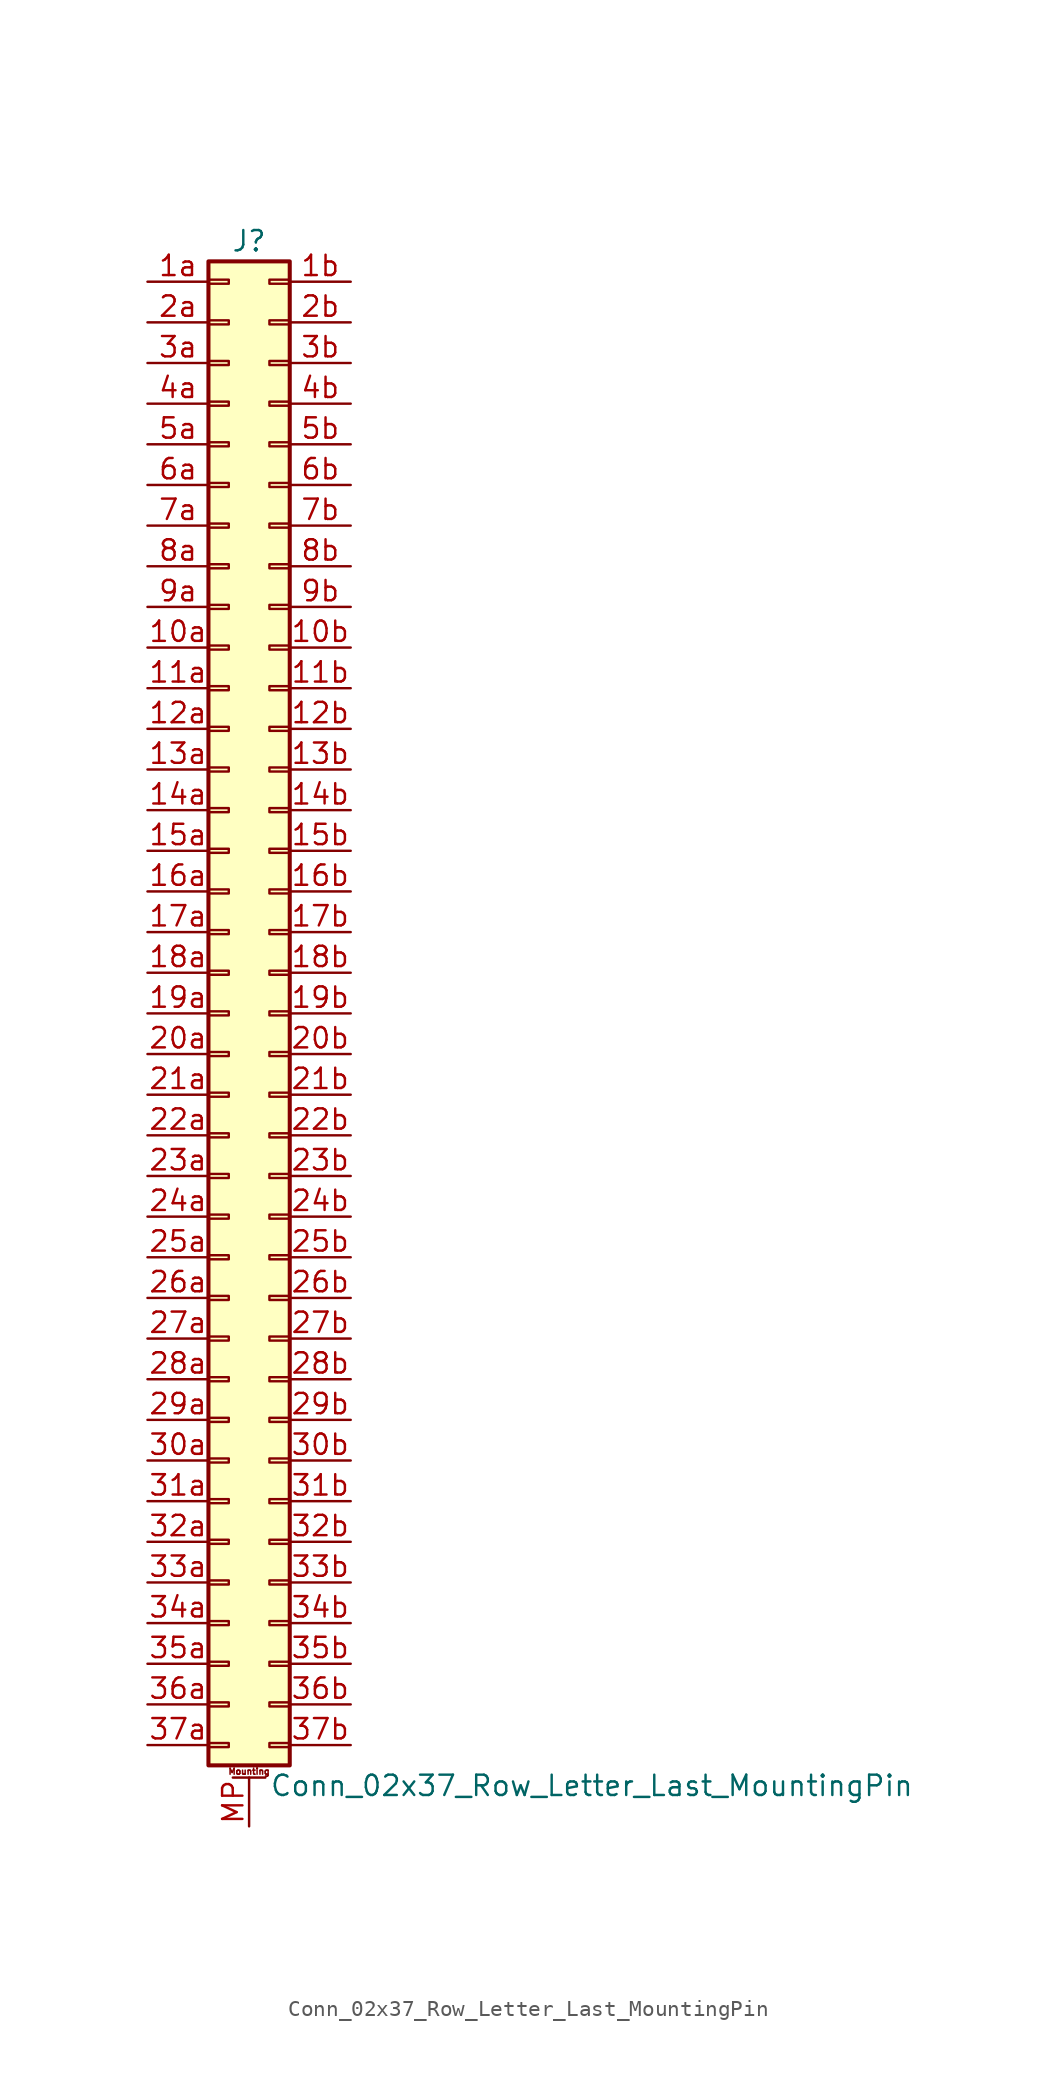
<source format=kicad_sym>
(kicad_symbol_lib
  (version 20201005)
  (generator kicad_symbol_editor)
  (symbol "Conn_02x37_Row_Letter_Last_MountingPin"
    (pin_names
      (offset 1.016) hide)
    (property "Reference" "J"
      (at 1.27 48.26 0)
      (effects (font (size 1.27 1.27))))
    (property "Value" "Conn_02x37_Row_Letter_Last_MountingPin"
      (at 2.54 -48.26 0)
      (effects (font (size 1.27 1.27)) (justify left)))
    (symbol "Conn_02x37_Row_Letter_Last_MountingPin_1_1"
      (text "Mounting" (at 1.27 -47.371 0) (effects (font (size 0.381 0.381))))
      (rectangle (start -1.27 -45.593) (end 0 -45.847) (stroke (width 0.152)) (fill (type none)))
      (rectangle (start -1.27 -43.053) (end 0 -43.307) (stroke (width 0.152)) (fill (type none)))
      (rectangle (start -1.27 -40.513) (end 0 -40.767) (stroke (width 0.152)) (fill (type none)))
      (rectangle (start -1.27 -37.973) (end 0 -38.227) (stroke (width 0.152)) (fill (type none)))
      (rectangle (start -1.27 -35.433) (end 0 -35.687) (stroke (width 0.152)) (fill (type none)))
      (rectangle (start -1.27 -32.893) (end 0 -33.147) (stroke (width 0.152)) (fill (type none)))
      (rectangle (start -1.27 -30.353) (end 0 -30.607) (stroke (width 0.152)) (fill (type none)))
      (rectangle (start -1.27 -27.813) (end 0 -28.067) (stroke (width 0.152)) (fill (type none)))
      (rectangle (start -1.27 -25.273) (end 0 -25.527) (stroke (width 0.152)) (fill (type none)))
      (rectangle (start -1.27 -22.733) (end 0 -22.987) (stroke (width 0.152)) (fill (type none)))
      (rectangle (start -1.27 -20.193) (end 0 -20.447) (stroke (width 0.152)) (fill (type none)))
      (rectangle (start -1.27 -17.653) (end 0 -17.907) (stroke (width 0.152)) (fill (type none)))
      (rectangle (start -1.27 -15.113) (end 0 -15.367) (stroke (width 0.152)) (fill (type none)))
      (rectangle (start -1.27 -12.573) (end 0 -12.827) (stroke (width 0.152)) (fill (type none)))
      (rectangle (start -1.27 -10.033) (end 0 -10.287) (stroke (width 0.152)) (fill (type none)))
      (rectangle (start -1.27 -7.493) (end 0 -7.747) (stroke (width 0.152)) (fill (type none)))
      (rectangle (start -1.27 -4.953) (end 0 -5.207) (stroke (width 0.152)) (fill (type none)))
      (rectangle (start -1.27 -2.413) (end 0 -2.667) (stroke (width 0.152)) (fill (type none)))
      (rectangle (start -1.27 0.127) (end 0 -0.127) (stroke (width 0.152)) (fill (type none)))
      (rectangle (start -1.27 2.667) (end 0 2.413) (stroke (width 0.152)) (fill (type none)))
      (rectangle (start -1.27 5.207) (end 0 4.953) (stroke (width 0.152)) (fill (type none)))
      (rectangle (start -1.27 7.747) (end 0 7.493) (stroke (width 0.152)) (fill (type none)))
      (rectangle (start -1.27 10.287) (end 0 10.033) (stroke (width 0.152)) (fill (type none)))
      (rectangle (start -1.27 12.827) (end 0 12.573) (stroke (width 0.152)) (fill (type none)))
      (rectangle (start -1.27 15.367) (end 0 15.113) (stroke (width 0.152)) (fill (type none)))
      (rectangle (start -1.27 17.907) (end 0 17.653) (stroke (width 0.152)) (fill (type none)))
      (rectangle (start -1.27 20.447) (end 0 20.193) (stroke (width 0.152)) (fill (type none)))
      (rectangle (start -1.27 22.987) (end 0 22.733) (stroke (width 0.152)) (fill (type none)))
      (rectangle (start -1.27 25.527) (end 0 25.273) (stroke (width 0.152)) (fill (type none)))
      (rectangle (start -1.27 28.067) (end 0 27.813) (stroke (width 0.152)) (fill (type none)))
      (rectangle (start -1.27 30.607) (end 0 30.353) (stroke (width 0.152)) (fill (type none)))
      (rectangle (start -1.27 33.147) (end 0 32.893) (stroke (width 0.152)) (fill (type none)))
      (rectangle (start -1.27 35.687) (end 0 35.433) (stroke (width 0.152)) (fill (type none)))
      (rectangle (start -1.27 38.227) (end 0 37.973) (stroke (width 0.152)) (fill (type none)))
      (rectangle (start -1.27 40.767) (end 0 40.513) (stroke (width 0.152)) (fill (type none)))
      (rectangle (start -1.27 43.307) (end 0 43.053) (stroke (width 0.152)) (fill (type none)))
      (rectangle (start -1.27 45.847) (end 0 45.593) (stroke (width 0.152)) (fill (type none)))
      (rectangle (start 3.81 -45.593) (end 2.54 -45.847) (stroke (width 0.152)) (fill (type none)))
      (rectangle (start 3.81 -43.053) (end 2.54 -43.307) (stroke (width 0.152)) (fill (type none)))
      (rectangle (start 3.81 -40.513) (end 2.54 -40.767) (stroke (width 0.152)) (fill (type none)))
      (rectangle (start 3.81 -37.973) (end 2.54 -38.227) (stroke (width 0.152)) (fill (type none)))
      (rectangle (start 3.81 -35.433) (end 2.54 -35.687) (stroke (width 0.152)) (fill (type none)))
      (rectangle (start 3.81 -32.893) (end 2.54 -33.147) (stroke (width 0.152)) (fill (type none)))
      (rectangle (start 3.81 -30.353) (end 2.54 -30.607) (stroke (width 0.152)) (fill (type none)))
      (rectangle (start 3.81 -27.813) (end 2.54 -28.067) (stroke (width 0.152)) (fill (type none)))
      (rectangle (start 3.81 -25.273) (end 2.54 -25.527) (stroke (width 0.152)) (fill (type none)))
      (rectangle (start 3.81 -22.733) (end 2.54 -22.987) (stroke (width 0.152)) (fill (type none)))
      (rectangle (start 3.81 -20.193) (end 2.54 -20.447) (stroke (width 0.152)) (fill (type none)))
      (rectangle (start 3.81 -17.653) (end 2.54 -17.907) (stroke (width 0.152)) (fill (type none)))
      (rectangle (start 3.81 -15.113) (end 2.54 -15.367) (stroke (width 0.152)) (fill (type none)))
      (rectangle (start 3.81 -12.573) (end 2.54 -12.827) (stroke (width 0.152)) (fill (type none)))
      (rectangle (start 3.81 -10.033) (end 2.54 -10.287) (stroke (width 0.152)) (fill (type none)))
      (rectangle (start 3.81 -7.493) (end 2.54 -7.747) (stroke (width 0.152)) (fill (type none)))
      (rectangle (start 3.81 -4.953) (end 2.54 -5.207) (stroke (width 0.152)) (fill (type none)))
      (rectangle (start 3.81 -2.413) (end 2.54 -2.667) (stroke (width 0.152)) (fill (type none)))
      (rectangle (start 3.81 0.127) (end 2.54 -0.127) (stroke (width 0.152)) (fill (type none)))
      (rectangle (start 3.81 2.667) (end 2.54 2.413) (stroke (width 0.152)) (fill (type none)))
      (rectangle (start 3.81 5.207) (end 2.54 4.953) (stroke (width 0.152)) (fill (type none)))
      (rectangle (start 3.81 7.747) (end 2.54 7.493) (stroke (width 0.152)) (fill (type none)))
      (rectangle (start 3.81 10.287) (end 2.54 10.033) (stroke (width 0.152)) (fill (type none)))
      (rectangle (start 3.81 12.827) (end 2.54 12.573) (stroke (width 0.152)) (fill (type none)))
      (rectangle (start 3.81 15.367) (end 2.54 15.113) (stroke (width 0.152)) (fill (type none)))
      (rectangle (start 3.81 17.907) (end 2.54 17.653) (stroke (width 0.152)) (fill (type none)))
      (rectangle (start 3.81 20.447) (end 2.54 20.193) (stroke (width 0.152)) (fill (type none)))
      (rectangle (start 3.81 22.987) (end 2.54 22.733) (stroke (width 0.152)) (fill (type none)))
      (rectangle (start 3.81 25.527) (end 2.54 25.273) (stroke (width 0.152)) (fill (type none)))
      (rectangle (start 3.81 28.067) (end 2.54 27.813) (stroke (width 0.152)) (fill (type none)))
      (rectangle (start 3.81 30.607) (end 2.54 30.353) (stroke (width 0.152)) (fill (type none)))
      (rectangle (start 3.81 33.147) (end 2.54 32.893) (stroke (width 0.152)) (fill (type none)))
      (rectangle (start 3.81 35.687) (end 2.54 35.433) (stroke (width 0.152)) (fill (type none)))
      (rectangle (start 3.81 38.227) (end 2.54 37.973) (stroke (width 0.152)) (fill (type none)))
      (rectangle (start 3.81 40.767) (end 2.54 40.513) (stroke (width 0.152)) (fill (type none)))
      (rectangle (start 3.81 43.307) (end 2.54 43.053) (stroke (width 0.152)) (fill (type none)))
      (rectangle (start 3.81 45.847) (end 2.54 45.593) (stroke (width 0.152)) (fill (type none)))
      (rectangle (start -1.27 46.99) (end 3.81 -46.99) (stroke (width 0.254)) (fill (type background)))
      (polyline (pts (xy 0.254 -47.752) (xy 2.286 -47.752)) (stroke (width 0.152)) (fill (type none)))
      (pin passive line (at -5.08 22.86 0) (length 3.81) (name "Pin_10a" (effects (font (size 1.27 1.27)))) (number "10a" (effects (font (size 1.27 1.27)))))
      (pin passive line (at 7.62 22.86 180) (length 3.81) (name "Pin_10b" (effects (font (size 1.27 1.27)))) (number "10b" (effects (font (size 1.27 1.27)))))
      (pin passive line (at -5.08 20.32 0) (length 3.81) (name "Pin_11a" (effects (font (size 1.27 1.27)))) (number "11a" (effects (font (size 1.27 1.27)))))
      (pin passive line (at 7.62 20.32 180) (length 3.81) (name "Pin_11b" (effects (font (size 1.27 1.27)))) (number "11b" (effects (font (size 1.27 1.27)))))
      (pin passive line (at -5.08 17.78 0) (length 3.81) (name "Pin_12a" (effects (font (size 1.27 1.27)))) (number "12a" (effects (font (size 1.27 1.27)))))
      (pin passive line (at 7.62 17.78 180) (length 3.81) (name "Pin_12b" (effects (font (size 1.27 1.27)))) (number "12b" (effects (font (size 1.27 1.27)))))
      (pin passive line (at -5.08 15.24 0) (length 3.81) (name "Pin_13a" (effects (font (size 1.27 1.27)))) (number "13a" (effects (font (size 1.27 1.27)))))
      (pin passive line (at 7.62 15.24 180) (length 3.81) (name "Pin_13b" (effects (font (size 1.27 1.27)))) (number "13b" (effects (font (size 1.27 1.27)))))
      (pin passive line (at -5.08 12.7 0) (length 3.81) (name "Pin_14a" (effects (font (size 1.27 1.27)))) (number "14a" (effects (font (size 1.27 1.27)))))
      (pin passive line (at 7.62 12.7 180) (length 3.81) (name "Pin_14b" (effects (font (size 1.27 1.27)))) (number "14b" (effects (font (size 1.27 1.27)))))
      (pin passive line (at -5.08 10.16 0) (length 3.81) (name "Pin_15a" (effects (font (size 1.27 1.27)))) (number "15a" (effects (font (size 1.27 1.27)))))
      (pin passive line (at 7.62 10.16 180) (length 3.81) (name "Pin_15b" (effects (font (size 1.27 1.27)))) (number "15b" (effects (font (size 1.27 1.27)))))
      (pin passive line (at -5.08 7.62 0) (length 3.81) (name "Pin_16a" (effects (font (size 1.27 1.27)))) (number "16a" (effects (font (size 1.27 1.27)))))
      (pin passive line (at 7.62 7.62 180) (length 3.81) (name "Pin_16b" (effects (font (size 1.27 1.27)))) (number "16b" (effects (font (size 1.27 1.27)))))
      (pin passive line (at -5.08 5.08 0) (length 3.81) (name "Pin_17a" (effects (font (size 1.27 1.27)))) (number "17a" (effects (font (size 1.27 1.27)))))
      (pin passive line (at 7.62 5.08 180) (length 3.81) (name "Pin_17b" (effects (font (size 1.27 1.27)))) (number "17b" (effects (font (size 1.27 1.27)))))
      (pin passive line (at -5.08 2.54 0) (length 3.81) (name "Pin_18a" (effects (font (size 1.27 1.27)))) (number "18a" (effects (font (size 1.27 1.27)))))
      (pin passive line (at 7.62 2.54 180) (length 3.81) (name "Pin_18b" (effects (font (size 1.27 1.27)))) (number "18b" (effects (font (size 1.27 1.27)))))
      (pin passive line (at -5.08 0 0) (length 3.81) (name "Pin_19a" (effects (font (size 1.27 1.27)))) (number "19a" (effects (font (size 1.27 1.27)))))
      (pin passive line (at 7.62 0 180) (length 3.81) (name "Pin_19b" (effects (font (size 1.27 1.27)))) (number "19b" (effects (font (size 1.27 1.27)))))
      (pin passive line (at -5.08 45.72 0) (length 3.81) (name "Pin_1a" (effects (font (size 1.27 1.27)))) (number "1a" (effects (font (size 1.27 1.27)))))
      (pin passive line (at 7.62 45.72 180) (length 3.81) (name "Pin_1b" (effects (font (size 1.27 1.27)))) (number "1b" (effects (font (size 1.27 1.27)))))
      (pin passive line (at -5.08 -2.54 0) (length 3.81) (name "Pin_20a" (effects (font (size 1.27 1.27)))) (number "20a" (effects (font (size 1.27 1.27)))))
      (pin passive line (at 7.62 -2.54 180) (length 3.81) (name "Pin_20b" (effects (font (size 1.27 1.27)))) (number "20b" (effects (font (size 1.27 1.27)))))
      (pin passive line (at -5.08 -5.08 0) (length 3.81) (name "Pin_21a" (effects (font (size 1.27 1.27)))) (number "21a" (effects (font (size 1.27 1.27)))))
      (pin passive line (at 7.62 -5.08 180) (length 3.81) (name "Pin_21b" (effects (font (size 1.27 1.27)))) (number "21b" (effects (font (size 1.27 1.27)))))
      (pin passive line (at -5.08 -7.62 0) (length 3.81) (name "Pin_22a" (effects (font (size 1.27 1.27)))) (number "22a" (effects (font (size 1.27 1.27)))))
      (pin passive line (at 7.62 -7.62 180) (length 3.81) (name "Pin_22b" (effects (font (size 1.27 1.27)))) (number "22b" (effects (font (size 1.27 1.27)))))
      (pin passive line (at -5.08 -10.16 0) (length 3.81) (name "Pin_23a" (effects (font (size 1.27 1.27)))) (number "23a" (effects (font (size 1.27 1.27)))))
      (pin passive line (at 7.62 -10.16 180) (length 3.81) (name "Pin_23b" (effects (font (size 1.27 1.27)))) (number "23b" (effects (font (size 1.27 1.27)))))
      (pin passive line (at -5.08 -12.7 0) (length 3.81) (name "Pin_24a" (effects (font (size 1.27 1.27)))) (number "24a" (effects (font (size 1.27 1.27)))))
      (pin passive line (at 7.62 -12.7 180) (length 3.81) (name "Pin_24b" (effects (font (size 1.27 1.27)))) (number "24b" (effects (font (size 1.27 1.27)))))
      (pin passive line (at -5.08 -15.24 0) (length 3.81) (name "Pin_25a" (effects (font (size 1.27 1.27)))) (number "25a" (effects (font (size 1.27 1.27)))))
      (pin passive line (at 7.62 -15.24 180) (length 3.81) (name "Pin_25b" (effects (font (size 1.27 1.27)))) (number "25b" (effects (font (size 1.27 1.27)))))
      (pin passive line (at -5.08 -17.78 0) (length 3.81) (name "Pin_26a" (effects (font (size 1.27 1.27)))) (number "26a" (effects (font (size 1.27 1.27)))))
      (pin passive line (at 7.62 -17.78 180) (length 3.81) (name "Pin_26b" (effects (font (size 1.27 1.27)))) (number "26b" (effects (font (size 1.27 1.27)))))
      (pin passive line (at -5.08 -20.32 0) (length 3.81) (name "Pin_27a" (effects (font (size 1.27 1.27)))) (number "27a" (effects (font (size 1.27 1.27)))))
      (pin passive line (at 7.62 -20.32 180) (length 3.81) (name "Pin_27b" (effects (font (size 1.27 1.27)))) (number "27b" (effects (font (size 1.27 1.27)))))
      (pin passive line (at -5.08 -22.86 0) (length 3.81) (name "Pin_28a" (effects (font (size 1.27 1.27)))) (number "28a" (effects (font (size 1.27 1.27)))))
      (pin passive line (at 7.62 -22.86 180) (length 3.81) (name "Pin_28b" (effects (font (size 1.27 1.27)))) (number "28b" (effects (font (size 1.27 1.27)))))
      (pin passive line (at -5.08 -25.4 0) (length 3.81) (name "Pin_29a" (effects (font (size 1.27 1.27)))) (number "29a" (effects (font (size 1.27 1.27)))))
      (pin passive line (at 7.62 -25.4 180) (length 3.81) (name "Pin_29b" (effects (font (size 1.27 1.27)))) (number "29b" (effects (font (size 1.27 1.27)))))
      (pin passive line (at -5.08 43.18 0) (length 3.81) (name "Pin_2a" (effects (font (size 1.27 1.27)))) (number "2a" (effects (font (size 1.27 1.27)))))
      (pin passive line (at 7.62 43.18 180) (length 3.81) (name "Pin_2b" (effects (font (size 1.27 1.27)))) (number "2b" (effects (font (size 1.27 1.27)))))
      (pin passive line (at -5.08 -27.94 0) (length 3.81) (name "Pin_30a" (effects (font (size 1.27 1.27)))) (number "30a" (effects (font (size 1.27 1.27)))))
      (pin passive line (at 7.62 -27.94 180) (length 3.81) (name "Pin_30b" (effects (font (size 1.27 1.27)))) (number "30b" (effects (font (size 1.27 1.27)))))
      (pin passive line (at -5.08 -30.48 0) (length 3.81) (name "Pin_31a" (effects (font (size 1.27 1.27)))) (number "31a" (effects (font (size 1.27 1.27)))))
      (pin passive line (at 7.62 -30.48 180) (length 3.81) (name "Pin_31b" (effects (font (size 1.27 1.27)))) (number "31b" (effects (font (size 1.27 1.27)))))
      (pin passive line (at -5.08 -33.02 0) (length 3.81) (name "Pin_32a" (effects (font (size 1.27 1.27)))) (number "32a" (effects (font (size 1.27 1.27)))))
      (pin passive line (at 7.62 -33.02 180) (length 3.81) (name "Pin_32b" (effects (font (size 1.27 1.27)))) (number "32b" (effects (font (size 1.27 1.27)))))
      (pin passive line (at -5.08 -35.56 0) (length 3.81) (name "Pin_33a" (effects (font (size 1.27 1.27)))) (number "33a" (effects (font (size 1.27 1.27)))))
      (pin passive line (at 7.62 -35.56 180) (length 3.81) (name "Pin_33b" (effects (font (size 1.27 1.27)))) (number "33b" (effects (font (size 1.27 1.27)))))
      (pin passive line (at -5.08 -38.1 0) (length 3.81) (name "Pin_34a" (effects (font (size 1.27 1.27)))) (number "34a" (effects (font (size 1.27 1.27)))))
      (pin passive line (at 7.62 -38.1 180) (length 3.81) (name "Pin_34b" (effects (font (size 1.27 1.27)))) (number "34b" (effects (font (size 1.27 1.27)))))
      (pin passive line (at -5.08 -40.64 0) (length 3.81) (name "Pin_35a" (effects (font (size 1.27 1.27)))) (number "35a" (effects (font (size 1.27 1.27)))))
      (pin passive line (at 7.62 -40.64 180) (length 3.81) (name "Pin_35b" (effects (font (size 1.27 1.27)))) (number "35b" (effects (font (size 1.27 1.27)))))
      (pin passive line (at -5.08 -43.18 0) (length 3.81) (name "Pin_36a" (effects (font (size 1.27 1.27)))) (number "36a" (effects (font (size 1.27 1.27)))))
      (pin passive line (at 7.62 -43.18 180) (length 3.81) (name "Pin_36b" (effects (font (size 1.27 1.27)))) (number "36b" (effects (font (size 1.27 1.27)))))
      (pin passive line (at -5.08 -45.72 0) (length 3.81) (name "Pin_37a" (effects (font (size 1.27 1.27)))) (number "37a" (effects (font (size 1.27 1.27)))))
      (pin passive line (at 7.62 -45.72 180) (length 3.81) (name "Pin_37b" (effects (font (size 1.27 1.27)))) (number "37b" (effects (font (size 1.27 1.27)))))
      (pin passive line (at -5.08 40.64 0) (length 3.81) (name "Pin_3a" (effects (font (size 1.27 1.27)))) (number "3a" (effects (font (size 1.27 1.27)))))
      (pin passive line (at 7.62 40.64 180) (length 3.81) (name "Pin_3b" (effects (font (size 1.27 1.27)))) (number "3b" (effects (font (size 1.27 1.27)))))
      (pin passive line (at -5.08 38.1 0) (length 3.81) (name "Pin_4a" (effects (font (size 1.27 1.27)))) (number "4a" (effects (font (size 1.27 1.27)))))
      (pin passive line (at 7.62 38.1 180) (length 3.81) (name "Pin_4b" (effects (font (size 1.27 1.27)))) (number "4b" (effects (font (size 1.27 1.27)))))
      (pin passive line (at -5.08 35.56 0) (length 3.81) (name "Pin_5a" (effects (font (size 1.27 1.27)))) (number "5a" (effects (font (size 1.27 1.27)))))
      (pin passive line (at 7.62 35.56 180) (length 3.81) (name "Pin_5b" (effects (font (size 1.27 1.27)))) (number "5b" (effects (font (size 1.27 1.27)))))
      (pin passive line (at -5.08 33.02 0) (length 3.81) (name "Pin_6a" (effects (font (size 1.27 1.27)))) (number "6a" (effects (font (size 1.27 1.27)))))
      (pin passive line (at 7.62 33.02 180) (length 3.81) (name "Pin_6b" (effects (font (size 1.27 1.27)))) (number "6b" (effects (font (size 1.27 1.27)))))
      (pin passive line (at -5.08 30.48 0) (length 3.81) (name "Pin_7a" (effects (font (size 1.27 1.27)))) (number "7a" (effects (font (size 1.27 1.27)))))
      (pin passive line (at 7.62 30.48 180) (length 3.81) (name "Pin_7b" (effects (font (size 1.27 1.27)))) (number "7b" (effects (font (size 1.27 1.27)))))
      (pin passive line (at -5.08 27.94 0) (length 3.81) (name "Pin_8a" (effects (font (size 1.27 1.27)))) (number "8a" (effects (font (size 1.27 1.27)))))
      (pin passive line (at 7.62 27.94 180) (length 3.81) (name "Pin_8b" (effects (font (size 1.27 1.27)))) (number "8b" (effects (font (size 1.27 1.27)))))
      (pin passive line (at -5.08 25.4 0) (length 3.81) (name "Pin_9a" (effects (font (size 1.27 1.27)))) (number "9a" (effects (font (size 1.27 1.27)))))
      (pin passive line (at 7.62 25.4 180) (length 3.81) (name "Pin_9b" (effects (font (size 1.27 1.27)))) (number "9b" (effects (font (size 1.27 1.27)))))
      (pin passive line (at 1.27 -50.8 90) (length 3.048) (name "MountPin" (effects (font (size 1.27 1.27)))) (number "MP" (effects (font (size 1.27 1.27))))))))
</source>
